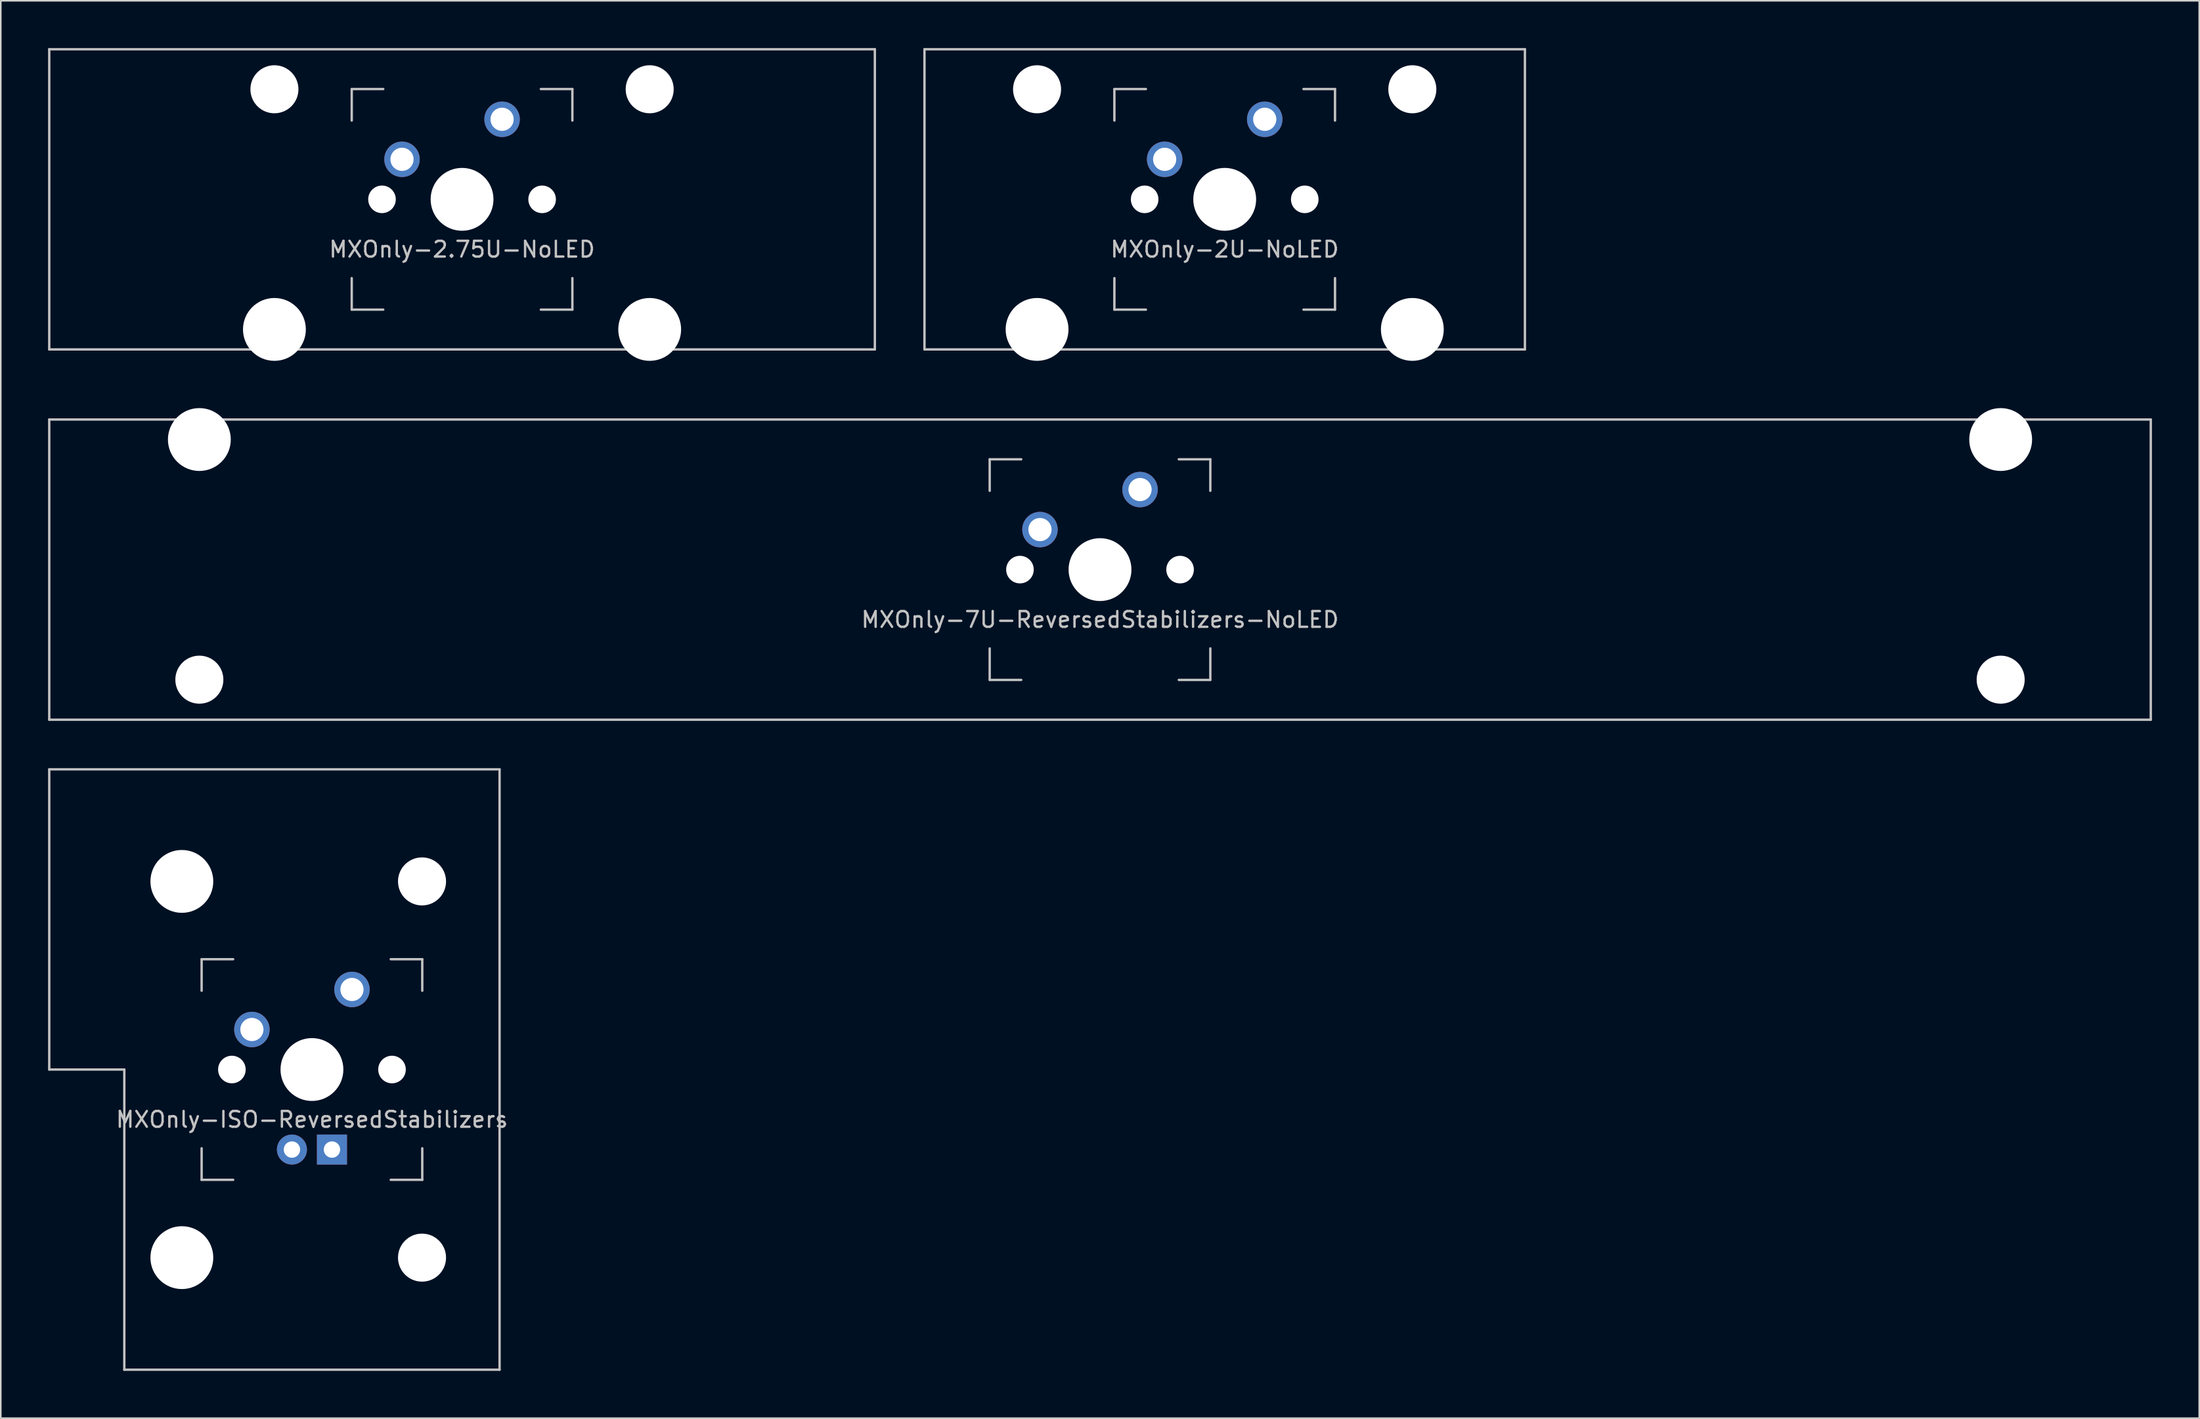
<source format=kicad_pcb>
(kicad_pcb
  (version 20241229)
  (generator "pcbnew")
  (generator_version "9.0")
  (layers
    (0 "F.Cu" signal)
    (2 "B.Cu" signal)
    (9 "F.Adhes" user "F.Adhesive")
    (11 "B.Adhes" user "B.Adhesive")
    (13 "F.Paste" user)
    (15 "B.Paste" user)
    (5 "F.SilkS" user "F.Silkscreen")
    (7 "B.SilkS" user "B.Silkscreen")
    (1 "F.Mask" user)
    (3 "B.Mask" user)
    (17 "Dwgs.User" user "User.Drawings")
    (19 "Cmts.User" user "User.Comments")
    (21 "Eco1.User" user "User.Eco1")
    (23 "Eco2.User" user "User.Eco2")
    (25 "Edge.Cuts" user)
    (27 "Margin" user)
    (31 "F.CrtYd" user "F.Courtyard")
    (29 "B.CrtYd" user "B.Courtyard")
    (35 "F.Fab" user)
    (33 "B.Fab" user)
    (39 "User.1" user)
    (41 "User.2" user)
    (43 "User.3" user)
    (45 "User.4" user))
  (footprint "MXOnly-7U-ReversedStabilizers-NoLED"
    (layer "F.Cu")
    (at 66.75 33.098)
    (property "Reference" "MXOnly-7U-ReversedStabilizers-NoLED" (at 0 3.175 0) (layer "Dwgs.User") (effects (font (size 1 1) (thickness 0.15))))
    (attr through_hole)
    (fp_line (start -66.675 -9.525) (end 66.675 -9.525) (stroke (width 0.15) (type solid)) (layer "Dwgs.User"))
    (fp_line (start -66.675 9.525) (end -66.675 -9.525) (stroke (width 0.15) (type solid)) (layer "Dwgs.User"))
    (fp_line (start -66.675 9.525) (end 66.675 9.525) (stroke (width 0.15) (type solid)) (layer "Dwgs.User"))
    (fp_line (start -7 -7) (end -7 -5) (stroke (width 0.15) (type solid)) (layer "Dwgs.User"))
    (fp_line (start -7 5) (end -7 7) (stroke (width 0.15) (type solid)) (layer "Dwgs.User"))
    (fp_line (start -7 7) (end -5 7) (stroke (width 0.15) (type solid)) (layer "Dwgs.User"))
    (fp_line (start -5 -7) (end -7 -7) (stroke (width 0.15) (type solid)) (layer "Dwgs.User"))
    (fp_line (start 5 -7) (end 7 -7) (stroke (width 0.15) (type solid)) (layer "Dwgs.User"))
    (fp_line (start 5 7) (end 7 7) (stroke (width 0.15) (type solid)) (layer "Dwgs.User"))
    (fp_line (start 7 -7) (end 7 -5) (stroke (width 0.15) (type solid)) (layer "Dwgs.User"))
    (fp_line (start 7 7) (end 7 5) (stroke (width 0.15) (type solid)) (layer "Dwgs.User"))
    (fp_line (start 66.675 -9.525) (end 66.675 9.525) (stroke (width 0.15) (type solid)) (layer "Dwgs.User"))
    (pad "" np_thru_hole circle (at -57.15 -8.255) (size 3.988 3.988) (drill 3.988) (layers "*.Cu" "*.Mask"))
    (pad "" np_thru_hole circle (at -57.15 6.985) (size 3.048 3.048) (drill 3.048) (layers "*.Cu" "*.Mask"))
    (pad "" np_thru_hole circle (at -5.08 0 48.1) (size 1.75 1.75) (drill 1.75) (layers "*.Cu" "*.Mask"))
    (pad "" np_thru_hole circle (at 0 0) (size 3.988 3.988) (drill 3.988) (layers "*.Cu" "*.Mask"))
    (pad "" np_thru_hole circle (at 5.08 0 48.1) (size 1.75 1.75) (drill 1.75) (layers "*.Cu" "*.Mask"))
    (pad "" np_thru_hole circle (at 57.15 -8.255) (size 3.988 3.988) (drill 3.988) (layers "*.Cu" "*.Mask"))
    (pad "" np_thru_hole circle (at 57.15 6.985) (size 3.048 3.048) (drill 3.048) (layers "*.Cu" "*.Mask"))
    (pad "1" thru_hole circle (at -3.81 -2.54) (size 2.25 2.25) (drill 1.47) (layers "*.Cu" "B.Mask"))
    (pad "2" thru_hole circle (at 2.54 -5.08) (size 2.25 2.25) (drill 1.47) (layers "*.Cu" "B.Mask")))
  (footprint "MXOnly-2.75U-NoLED"
    (layer "F.Cu")
    (at 26.269 9.6)
    (property "Reference" "MXOnly-2.75U-NoLED" (at 0 3.175 0) (layer "Dwgs.User") (effects (font (size 1 1) (thickness 0.15))))
    (attr through_hole)
    (fp_line (start -26.194 -9.525) (end 26.194 -9.525) (stroke (width 0.15) (type solid)) (layer "Dwgs.User"))
    (fp_line (start -26.194 9.525) (end -26.194 -9.525) (stroke (width 0.15) (type solid)) (layer "Dwgs.User"))
    (fp_line (start -26.194 9.525) (end 26.194 9.525) (stroke (width 0.15) (type solid)) (layer "Dwgs.User"))
    (fp_line (start -7 -7) (end -7 -5) (stroke (width 0.15) (type solid)) (layer "Dwgs.User"))
    (fp_line (start -7 5) (end -7 7) (stroke (width 0.15) (type solid)) (layer "Dwgs.User"))
    (fp_line (start -7 7) (end -5 7) (stroke (width 0.15) (type solid)) (layer "Dwgs.User"))
    (fp_line (start -5 -7) (end -7 -7) (stroke (width 0.15) (type solid)) (layer "Dwgs.User"))
    (fp_line (start 5 -7) (end 7 -7) (stroke (width 0.15) (type solid)) (layer "Dwgs.User"))
    (fp_line (start 5 7) (end 7 7) (stroke (width 0.15) (type solid)) (layer "Dwgs.User"))
    (fp_line (start 7 -7) (end 7 -5) (stroke (width 0.15) (type solid)) (layer "Dwgs.User"))
    (fp_line (start 7 7) (end 7 5) (stroke (width 0.15) (type solid)) (layer "Dwgs.User"))
    (fp_line (start 26.194 -9.525) (end 26.194 9.525) (stroke (width 0.15) (type solid)) (layer "Dwgs.User"))
    (pad "" np_thru_hole circle (at -11.906 -6.985) (size 3.048 3.048) (drill 3.048) (layers "*.Cu" "*.Mask"))
    (pad "" np_thru_hole circle (at -11.906 8.255) (size 3.988 3.988) (drill 3.988) (layers "*.Cu" "*.Mask"))
    (pad "" np_thru_hole circle (at -5.08 0 48.1) (size 1.75 1.75) (drill 1.75) (layers "*.Cu" "*.Mask"))
    (pad "" np_thru_hole circle (at 0 0) (size 3.988 3.988) (drill 3.988) (layers "*.Cu" "*.Mask"))
    (pad "" np_thru_hole circle (at 5.08 0 48.1) (size 1.75 1.75) (drill 1.75) (layers "*.Cu" "*.Mask"))
    (pad "" np_thru_hole circle (at 11.906 -6.985) (size 3.048 3.048) (drill 3.048) (layers "*.Cu" "*.Mask"))
    (pad "" np_thru_hole circle (at 11.906 8.255) (size 3.988 3.988) (drill 3.988) (layers "*.Cu" "*.Mask"))
    (pad "1" thru_hole circle (at -3.81 -2.54) (size 2.25 2.25) (drill 1.47) (layers "*.Cu" "B.Mask"))
    (pad "2" thru_hole circle (at 2.54 -5.08) (size 2.25 2.25) (drill 1.47) (layers "*.Cu" "B.Mask")))
  (footprint "MXOnly-2U-NoLED"
    (layer "F.Cu")
    (at 74.662 9.6)
    (property "Reference" "MXOnly-2U-NoLED" (at 0 3.175 0) (layer "Dwgs.User") (effects (font (size 1 1) (thickness 0.15))))
    (attr through_hole)
    (fp_line (start -19.05 -9.525) (end 19.05 -9.525) (stroke (width 0.15) (type solid)) (layer "Dwgs.User"))
    (fp_line (start -19.05 9.525) (end -19.05 -9.525) (stroke (width 0.15) (type solid)) (layer "Dwgs.User"))
    (fp_line (start -19.05 9.525) (end 19.05 9.525) (stroke (width 0.15) (type solid)) (layer "Dwgs.User"))
    (fp_line (start -7 -7) (end -7 -5) (stroke (width 0.15) (type solid)) (layer "Dwgs.User"))
    (fp_line (start -7 5) (end -7 7) (stroke (width 0.15) (type solid)) (layer "Dwgs.User"))
    (fp_line (start -7 7) (end -5 7) (stroke (width 0.15) (type solid)) (layer "Dwgs.User"))
    (fp_line (start -5 -7) (end -7 -7) (stroke (width 0.15) (type solid)) (layer "Dwgs.User"))
    (fp_line (start 5 -7) (end 7 -7) (stroke (width 0.15) (type solid)) (layer "Dwgs.User"))
    (fp_line (start 5 7) (end 7 7) (stroke (width 0.15) (type solid)) (layer "Dwgs.User"))
    (fp_line (start 7 -7) (end 7 -5) (stroke (width 0.15) (type solid)) (layer "Dwgs.User"))
    (fp_line (start 7 7) (end 7 5) (stroke (width 0.15) (type solid)) (layer "Dwgs.User"))
    (fp_line (start 19.05 -9.525) (end 19.05 9.525) (stroke (width 0.15) (type solid)) (layer "Dwgs.User"))
    (pad "" np_thru_hole circle (at -11.906 -6.985) (size 3.048 3.048) (drill 3.048) (layers "*.Cu" "*.Mask"))
    (pad "" np_thru_hole circle (at -11.906 8.255) (size 3.988 3.988) (drill 3.988) (layers "*.Cu" "*.Mask"))
    (pad "" np_thru_hole circle (at -5.08 0 48.1) (size 1.75 1.75) (drill 1.75) (layers "*.Cu" "*.Mask"))
    (pad "" np_thru_hole circle (at 0 0) (size 3.988 3.988) (drill 3.988) (layers "*.Cu" "*.Mask"))
    (pad "" np_thru_hole circle (at 5.08 0 48.1) (size 1.75 1.75) (drill 1.75) (layers "*.Cu" "*.Mask"))
    (pad "" np_thru_hole circle (at 11.906 -6.985) (size 3.048 3.048) (drill 3.048) (layers "*.Cu" "*.Mask"))
    (pad "" np_thru_hole circle (at 11.906 8.255) (size 3.988 3.988) (drill 3.988) (layers "*.Cu" "*.Mask"))
    (pad "1" thru_hole circle (at -3.81 -2.54) (size 2.25 2.25) (drill 1.47) (layers "*.Cu" "B.Mask"))
    (pad "2" thru_hole circle (at 2.54 -5.08) (size 2.25 2.25) (drill 1.47) (layers "*.Cu" "B.Mask")))
  (footprint "MXOnly-ISO-ReversedStabilizers"
    (layer "F.Cu")
    (at 16.744 64.823)
    (property "Reference" "MXOnly-ISO-ReversedStabilizers" (at 0 3.175 0) (layer "Dwgs.User") (effects (font (size 1 1) (thickness 0.15))))
    (attr through_hole)
    (fp_line (start -16.669 -19.05) (end -16.669 0) (stroke (width 0.15) (type solid)) (layer "Dwgs.User"))
    (fp_line (start -16.669 -19.05) (end 11.906 -19.05) (stroke (width 0.15) (type solid)) (layer "Dwgs.User"))
    (fp_line (start -11.906 0) (end -16.669 0) (stroke (width 0.15) (type solid)) (layer "Dwgs.User"))
    (fp_line (start -11.906 19.05) (end -11.906 0) (stroke (width 0.15) (type solid)) (layer "Dwgs.User"))
    (fp_line (start -11.906 19.05) (end 11.906 19.05) (stroke (width 0.15) (type solid)) (layer "Dwgs.User"))
    (fp_line (start -7 -7) (end -7 -5) (stroke (width 0.15) (type solid)) (layer "Dwgs.User"))
    (fp_line (start -7 5) (end -7 7) (stroke (width 0.15) (type solid)) (layer "Dwgs.User"))
    (fp_line (start -7 7) (end -5 7) (stroke (width 0.15) (type solid)) (layer "Dwgs.User"))
    (fp_line (start -5 -7) (end -7 -7) (stroke (width 0.15) (type solid)) (layer "Dwgs.User"))
    (fp_line (start 5 -7) (end 7 -7) (stroke (width 0.15) (type solid)) (layer "Dwgs.User"))
    (fp_line (start 5 7) (end 7 7) (stroke (width 0.15) (type solid)) (layer "Dwgs.User"))
    (fp_line (start 7 -7) (end 7 -5) (stroke (width 0.15) (type solid)) (layer "Dwgs.User"))
    (fp_line (start 7 7) (end 7 5) (stroke (width 0.15) (type solid)) (layer "Dwgs.User"))
    (fp_line (start 11.906 -19.05) (end 11.906 19.05) (stroke (width 0.15) (type solid)) (layer "Dwgs.User"))
    (pad "" np_thru_hole circle (at -8.255 -11.938) (size 3.988 3.988) (drill 3.988) (layers "*.Cu" "*.Mask"))
    (pad "" np_thru_hole circle (at -8.255 11.938) (size 3.988 3.988) (drill 3.988) (layers "*.Cu" "*.Mask"))
    (pad "" np_thru_hole circle (at -5.08 0 48.1) (size 1.75 1.75) (drill 1.75) (layers "*.Cu" "*.Mask"))
    (pad "" np_thru_hole circle (at 0 0) (size 3.988 3.988) (drill 3.988) (layers "*.Cu" "*.Mask"))
    (pad "" np_thru_hole circle (at 5.08 0 48.1) (size 1.75 1.75) (drill 1.75) (layers "*.Cu" "*.Mask"))
    (pad "" np_thru_hole circle (at 6.985 -11.938) (size 3.048 3.048) (drill 3.048) (layers "*.Cu" "*.Mask"))
    (pad "" np_thru_hole circle (at 6.985 11.938) (size 3.048 3.048) (drill 3.048) (layers "*.Cu" "*.Mask"))
    (pad "1" thru_hole circle (at -3.81 -2.54) (size 2.25 2.25) (drill 1.47) (layers "*.Cu" "B.Mask"))
    (pad "2" thru_hole circle (at 2.54 -5.08) (size 2.25 2.25) (drill 1.47) (layers "*.Cu" "B.Mask"))
    (pad "3" thru_hole circle (at -1.27 5.08) (size 1.905 1.905) (drill 1.04) (layers "*.Cu" "B.Mask"))
    (pad "4" thru_hole rect (at 1.27 5.08) (size 1.905 1.905) (drill 1.04) (layers "*.Cu" "B.Mask")))
  (gr_rect
    (start -3 -3)
    (end 136.5 86.948)
    (stroke (width 0.1) (type default))
    (fill no)
    (layer "Edge.Cuts")))
</source>
